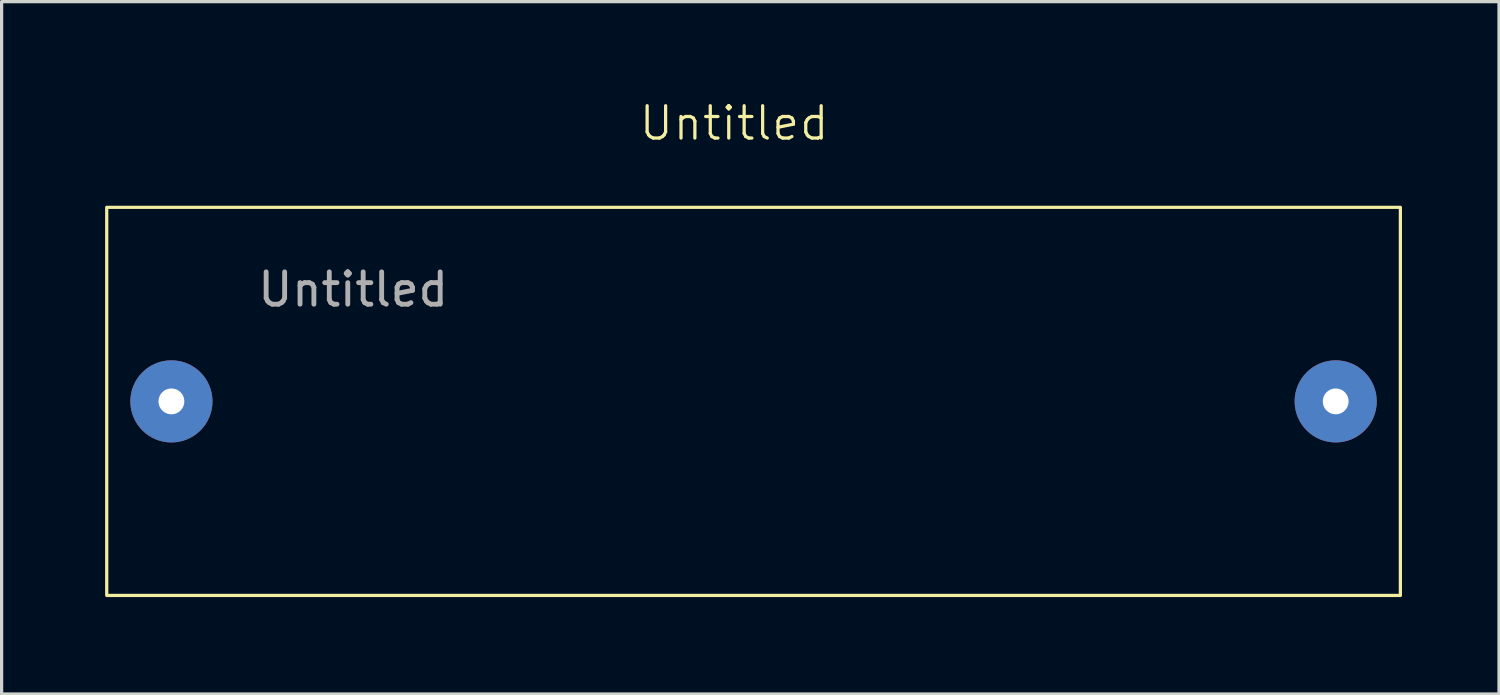
<source format=kicad_pcb>
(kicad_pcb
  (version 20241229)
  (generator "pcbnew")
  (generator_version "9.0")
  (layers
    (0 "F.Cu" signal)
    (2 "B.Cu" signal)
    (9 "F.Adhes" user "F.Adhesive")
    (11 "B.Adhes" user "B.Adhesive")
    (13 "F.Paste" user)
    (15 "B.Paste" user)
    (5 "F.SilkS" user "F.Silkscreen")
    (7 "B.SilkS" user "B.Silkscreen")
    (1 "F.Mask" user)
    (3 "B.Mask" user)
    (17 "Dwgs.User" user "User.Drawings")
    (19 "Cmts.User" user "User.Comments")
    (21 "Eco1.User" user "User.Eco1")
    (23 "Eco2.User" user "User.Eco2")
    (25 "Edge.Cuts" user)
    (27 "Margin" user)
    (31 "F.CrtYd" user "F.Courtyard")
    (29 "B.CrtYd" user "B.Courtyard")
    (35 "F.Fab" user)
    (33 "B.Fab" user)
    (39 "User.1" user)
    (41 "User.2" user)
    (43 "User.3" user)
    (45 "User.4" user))
  (footprint "Untitled"
    (layer "F.Cu")
    (at 0.25 3.361)
    (property "Reference" "Untitled" (at 19.4 -2.6 0) (unlocked yes) (layer "F.SilkS") (effects (font (size 1 1) (thickness 0.1))))
    (attr through_hole)
    (fp_rect (start 0 0) (end 40 12) (stroke (width 0.1) (type solid)) (fill no) (layer "F.SilkS"))
    (fp_text user "${REFERENCE}" (at 7.62 2.54 0) (unlocked yes) (layer "F.Fab") (effects (font (size 1 1) (thickness 0.15))))
    (pad "1" thru_hole circle (at 38 6) (size 2.54 2.54) (drill 0.8) (layers "*.Cu" "*.Mask"))
    (pad "2" thru_hole circle (at 2 6) (size 2.54 2.54) (drill 0.8) (layers "*.Cu" "*.Mask")))
  (gr_rect
    (start -3 -3)
    (end 43.3 18.41)
    (stroke (width 0.1) (type default))
    (fill no)
    (layer "Edge.Cuts")))
</source>
